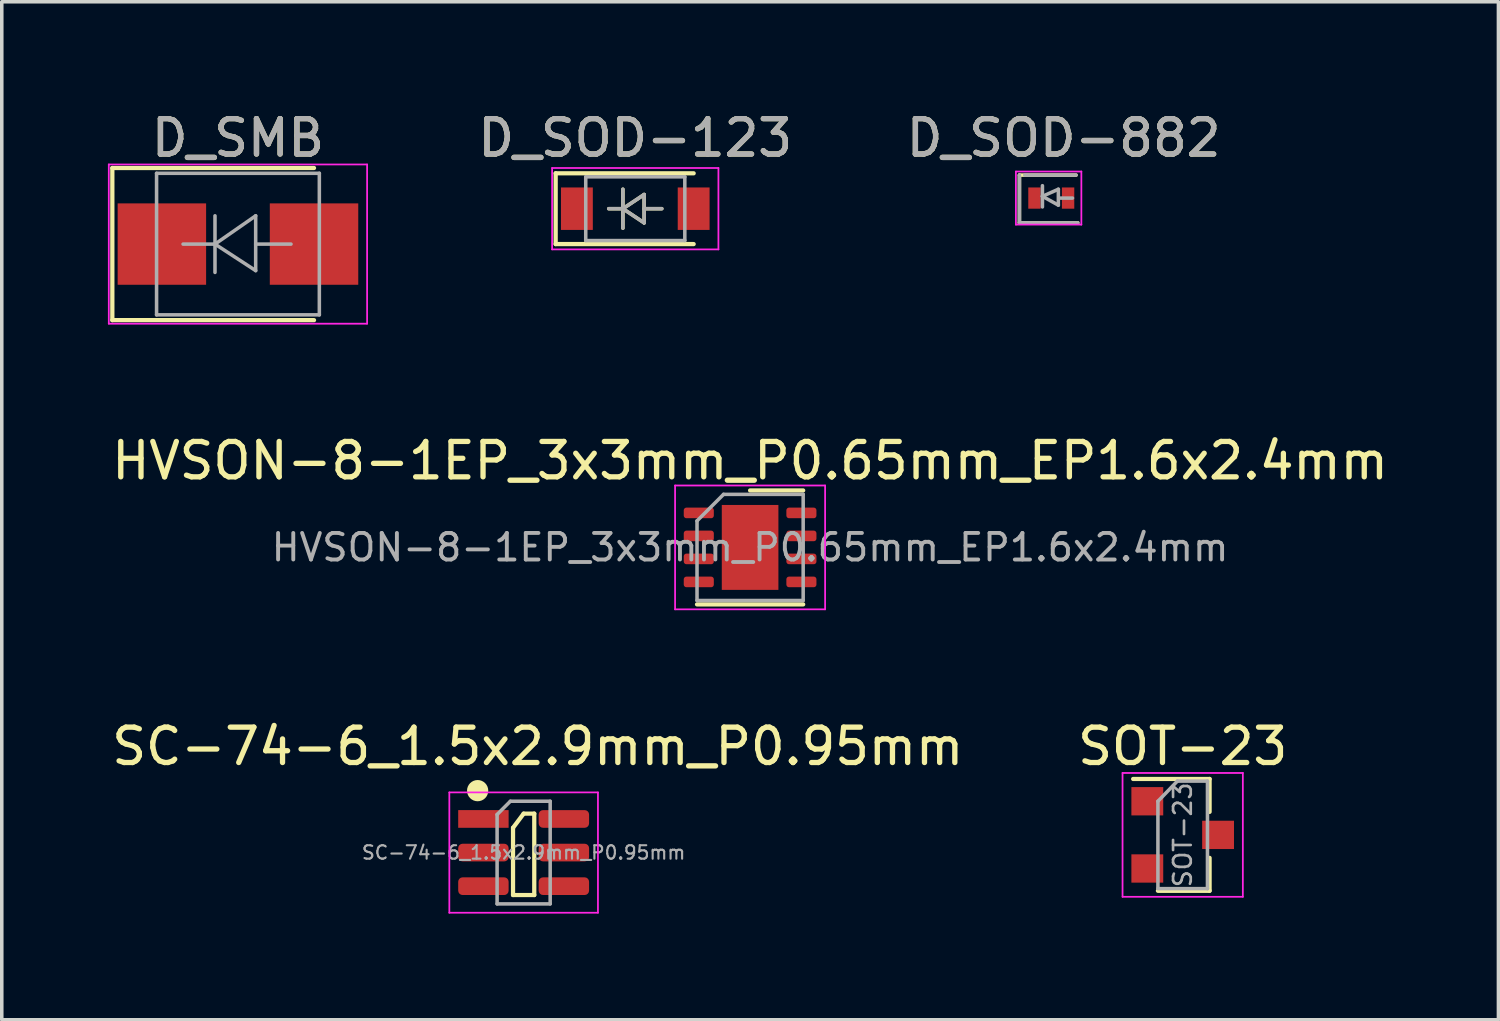
<source format=kicad_pcb>
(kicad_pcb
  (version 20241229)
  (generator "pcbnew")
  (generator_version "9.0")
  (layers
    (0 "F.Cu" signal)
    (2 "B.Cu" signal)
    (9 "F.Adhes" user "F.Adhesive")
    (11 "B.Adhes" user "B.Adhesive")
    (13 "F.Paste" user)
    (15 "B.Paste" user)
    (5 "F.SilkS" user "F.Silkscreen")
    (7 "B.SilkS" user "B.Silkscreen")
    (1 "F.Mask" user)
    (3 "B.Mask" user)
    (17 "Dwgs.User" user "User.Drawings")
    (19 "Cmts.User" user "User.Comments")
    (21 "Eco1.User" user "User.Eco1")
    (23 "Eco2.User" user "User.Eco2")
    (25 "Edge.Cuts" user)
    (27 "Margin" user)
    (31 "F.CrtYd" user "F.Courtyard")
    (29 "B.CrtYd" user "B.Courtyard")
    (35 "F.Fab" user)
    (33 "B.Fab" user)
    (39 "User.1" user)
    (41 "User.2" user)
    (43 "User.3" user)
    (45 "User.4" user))
  (footprint "D_SOD-123"
    (layer "F.Cu")
    (at 14.904 2.848)
    (property "Reference" "D_SOD-123" (at 0 -2 0) (layer "F.SilkS") (effects (font (size 1 1) (thickness 0.15))))
    (attr smd)
    (fp_line (start -2.25 -1) (end -2.25 1) (stroke (width 0.12) (type solid)) (layer "F.SilkS"))
    (fp_line (start -2.25 -1) (end 1.65 -1) (stroke (width 0.12) (type solid)) (layer "F.SilkS"))
    (fp_line (start -2.25 1) (end 1.65 1) (stroke (width 0.12) (type solid)) (layer "F.SilkS"))
    (fp_line (start -0.75 0) (end -0.35 0) (stroke (width 0.1) (type solid)) (layer "F.SilkS"))
    (fp_line (start -0.35 0) (end -0.35 -0.55) (stroke (width 0.1) (type solid)) (layer "F.SilkS"))
    (fp_line (start -0.35 0) (end -0.35 0.55) (stroke (width 0.1) (type solid)) (layer "F.SilkS"))
    (fp_line (start -0.35 0) (end 0.25 -0.4) (stroke (width 0.1) (type solid)) (layer "F.SilkS"))
    (fp_line (start 0.25 -0.4) (end 0.25 0.4) (stroke (width 0.1) (type solid)) (layer "F.SilkS"))
    (fp_line (start 0.25 0) (end 0.75 0) (stroke (width 0.1) (type solid)) (layer "F.SilkS"))
    (fp_line (start 0.25 0.4) (end -0.35 0) (stroke (width 0.1) (type solid)) (layer "F.SilkS"))
    (fp_line (start -2.35 -1.15) (end -2.35 1.15) (stroke (width 0.05) (type solid)) (layer "F.CrtYd"))
    (fp_line (start -2.35 -1.15) (end 2.35 -1.15) (stroke (width 0.05) (type solid)) (layer "F.CrtYd"))
    (fp_line (start 2.35 -1.15) (end 2.35 1.15) (stroke (width 0.05) (type solid)) (layer "F.CrtYd"))
    (fp_line (start 2.35 1.15) (end -2.35 1.15) (stroke (width 0.05) (type solid)) (layer "F.CrtYd"))
    (fp_line (start -1.4 -0.9) (end 1.4 -0.9) (stroke (width 0.1) (type solid)) (layer "F.Fab"))
    (fp_line (start -1.4 0.9) (end -1.4 -0.9) (stroke (width 0.1) (type solid)) (layer "F.Fab"))
    (fp_line (start -0.75 0) (end -0.35 0) (stroke (width 0.1) (type solid)) (layer "F.Fab"))
    (fp_line (start -0.35 0) (end -0.35 -0.55) (stroke (width 0.1) (type solid)) (layer "F.Fab"))
    (fp_line (start -0.35 0) (end -0.35 0.55) (stroke (width 0.1) (type solid)) (layer "F.Fab"))
    (fp_line (start -0.35 0) (end 0.25 -0.4) (stroke (width 0.1) (type solid)) (layer "F.Fab"))
    (fp_line (start 0.25 -0.4) (end 0.25 0.4) (stroke (width 0.1) (type solid)) (layer "F.Fab"))
    (fp_line (start 0.25 0) (end 0.75 0) (stroke (width 0.1) (type solid)) (layer "F.Fab"))
    (fp_line (start 0.25 0.4) (end -0.35 0) (stroke (width 0.1) (type solid)) (layer "F.Fab"))
    (fp_line (start 1.4 -0.9) (end 1.4 0.9) (stroke (width 0.1) (type solid)) (layer "F.Fab"))
    (fp_line (start 1.4 0.9) (end -1.4 0.9) (stroke (width 0.1) (type solid)) (layer "F.Fab"))
    (fp_text user "${REFERENCE}" (at 0 -2 0) (layer "F.Fab") (effects (font (size 1 1) (thickness 0.15))))
    (pad "1" smd rect (at -1.65 0) (size 0.9 1.2) (layers "F.Cu" "F.Mask" "F.Paste"))
    (pad "2" smd rect (at 1.65 0) (size 0.9 1.2) (layers "F.Cu" "F.Mask" "F.Paste")))
  (footprint "D_SOD-882"
    (layer "F.Cu")
    (at 26.661 2.548)
    (property "Reference" "D_SOD-882" (at 0.35 -1.7 0) (layer "F.SilkS") (effects (font (size 1 1) (thickness 0.15))))
    (attr smd)
    (fp_line (start -0.9 -0.65) (end 0.7 -0.65) (stroke (width 0.1) (type solid)) (layer "F.SilkS"))
    (fp_line (start -0.9 0.7) (end -0.9 -0.65) (stroke (width 0.1) (type solid)) (layer "F.SilkS"))
    (fp_line (start 0.75 0.7) (end -0.9 0.7) (stroke (width 0.1) (type solid)) (layer "F.SilkS"))
    (fp_line (start -1 0.75) (end -1 -0.75) (stroke (width 0.05) (type solid)) (layer "F.CrtYd"))
    (fp_line (start -1 0.75) (end 0.85 0.75) (stroke (width 0.05) (type solid)) (layer "F.CrtYd"))
    (fp_line (start 0.85 -0.75) (end -1 -0.75) (stroke (width 0.05) (type solid)) (layer "F.CrtYd"))
    (fp_line (start 0.85 0.75) (end 0.85 -0.75) (stroke (width 0.05) (type solid)) (layer "F.CrtYd"))
    (fp_line (start -0.9 0.7) (end -0.9 -0.65) (stroke (width 0.1) (type solid)) (layer "F.Fab"))
    (fp_line (start -0.75 -0.65) (end 0.7 -0.65) (stroke (width 0.1) (type solid)) (layer "F.Fab"))
    (fp_line (start -0.25 -0.05) (end -0.25 -0.35) (stroke (width 0.1) (type solid)) (layer "F.Fab"))
    (fp_line (start -0.25 -0.05) (end -0.25 0.25) (stroke (width 0.1) (type solid)) (layer "F.Fab"))
    (fp_line (start -0.25 -0.05) (end 0.2 -0.25) (stroke (width 0.1) (type solid)) (layer "F.Fab"))
    (fp_line (start 0.2 -0.25) (end 0.2 0.2) (stroke (width 0.1) (type solid)) (layer "F.Fab"))
    (fp_line (start 0.2 0.2) (end -0.25 -0.05) (stroke (width 0.1) (type solid)) (layer "F.Fab"))
    (fp_line (start 0.25 0) (end 0.6 0) (stroke (width 0.1) (type solid)) (layer "F.Fab"))
    (fp_line (start 0.75 0.7) (end -0.9 0.7) (stroke (width 0.1) (type solid)) (layer "F.Fab"))
    (fp_text user "${REFERENCE}" (at 0.35 -1.7 0) (layer "F.Fab") (effects (font (size 1 1) (thickness 0.15))))
    (pad "1" smd rect (at -0.475 0) (size 0.35 0.6) (layers "F.Cu" "F.Mask" "F.Paste"))
    (pad "2" smd rect (at 0.475 0) (size 0.35 0.6) (layers "F.Cu" "F.Mask" "F.Paste")))
  (footprint "HVSON-8-1EP_3x3mm_P0.65mm_EP1.6x2.4mm"
    (layer "F.Cu")
    (at 18.149 12.421)
    (property "Reference" "HVSON-8-1EP_3x3mm_P0.65mm_EP1.6x2.4mm" (at 0 -2.45 0) (layer "F.SilkS") (effects (font (size 1 1) (thickness 0.15))))
    (attr smd)
    (fp_line (start -1.5 1.61) (end 1.5 1.61) (stroke (width 0.12) (type solid)) (layer "F.SilkS"))
    (fp_line (start 0 -1.61) (end 1.5 -1.61) (stroke (width 0.12) (type solid)) (layer "F.SilkS"))
    (fp_line (start -2.12 -1.75) (end -2.12 1.75) (stroke (width 0.05) (type solid)) (layer "F.CrtYd"))
    (fp_line (start -2.12 1.75) (end 2.12 1.75) (stroke (width 0.05) (type solid)) (layer "F.CrtYd"))
    (fp_line (start 2.12 -1.75) (end -2.12 -1.75) (stroke (width 0.05) (type solid)) (layer "F.CrtYd"))
    (fp_line (start 2.12 1.75) (end 2.12 -1.75) (stroke (width 0.05) (type solid)) (layer "F.CrtYd"))
    (fp_line (start -1.5 -0.75) (end -0.75 -1.5) (stroke (width 0.1) (type solid)) (layer "F.Fab"))
    (fp_line (start -1.5 1.5) (end -1.5 -0.75) (stroke (width 0.1) (type solid)) (layer "F.Fab"))
    (fp_line (start -0.75 -1.5) (end 1.5 -1.5) (stroke (width 0.1) (type solid)) (layer "F.Fab"))
    (fp_line (start 1.5 -1.5) (end 1.5 1.5) (stroke (width 0.1) (type solid)) (layer "F.Fab"))
    (fp_line (start 1.5 1.5) (end -1.5 1.5) (stroke (width 0.1) (type solid)) (layer "F.Fab"))
    (fp_text user "${REFERENCE}" (at 0 0 0) (layer "F.Fab") (effects (font (size 0.75 0.75) (thickness 0.11))))
    (pad "" smd roundrect (at -0.4 -0.6) (size 0.64 0.97) (layers "F.Paste") (roundrect_rratio 0.25))
    (pad "" smd roundrect (at -0.4 0.6) (size 0.64 0.97) (layers "F.Paste") (roundrect_rratio 0.25))
    (pad "" smd roundrect (at 0.4 -0.6) (size 0.64 0.97) (layers "F.Paste") (roundrect_rratio 0.25))
    (pad "" smd roundrect (at 0.4 0.6) (size 0.64 0.97) (layers "F.Paste") (roundrect_rratio 0.25))
    (pad "1" smd roundrect (at -1.45 -0.975) (size 0.85 0.3) (layers "F.Cu" "F.Mask" "F.Paste") (roundrect_rratio 0.25))
    (pad "2" smd roundrect (at -1.45 -0.325) (size 0.85 0.3) (layers "F.Cu" "F.Mask" "F.Paste") (roundrect_rratio 0.25))
    (pad "3" smd roundrect (at -1.45 0.325) (size 0.85 0.3) (layers "F.Cu" "F.Mask" "F.Paste") (roundrect_rratio 0.25))
    (pad "4" smd roundrect (at -1.45 0.975) (size 0.85 0.3) (layers "F.Cu" "F.Mask" "F.Paste") (roundrect_rratio 0.25))
    (pad "5" smd roundrect (at 1.45 0.975) (size 0.85 0.3) (layers "F.Cu" "F.Mask" "F.Paste") (roundrect_rratio 0.25))
    (pad "6" smd roundrect (at 1.45 0.325) (size 0.85 0.3) (layers "F.Cu" "F.Mask" "F.Paste") (roundrect_rratio 0.25))
    (pad "7" smd roundrect (at 1.45 -0.325) (size 0.85 0.3) (layers "F.Cu" "F.Mask" "F.Paste") (roundrect_rratio 0.25))
    (pad "8" smd roundrect (at 1.45 -0.975) (size 0.85 0.3) (layers "F.Cu" "F.Mask" "F.Paste") (roundrect_rratio 0.25))
    (pad "9" smd rect (at 0 0) (size 1.6 2.4) (layers "F.Cu" "F.Mask")))
  (footprint "D_SMB"
    (layer "F.Cu")
    (at 3.675 3.848)
    (property "Reference" "D_SMB" (at 0 -3 0) (layer "F.SilkS") (effects (font (size 1 1) (thickness 0.15))))
    (attr smd)
    (fp_line (start -3.55 -2.15) (end -3.55 2.15) (stroke (width 0.12) (type solid)) (layer "F.SilkS"))
    (fp_line (start -3.55 -2.15) (end 2.15 -2.15) (stroke (width 0.12) (type solid)) (layer "F.SilkS"))
    (fp_line (start -3.55 2.15) (end 2.15 2.15) (stroke (width 0.12) (type solid)) (layer "F.SilkS"))
    (fp_line (start -3.65 -2.25) (end 3.65 -2.25) (stroke (width 0.05) (type solid)) (layer "F.CrtYd"))
    (fp_line (start -3.65 2.25) (end -3.65 -2.25) (stroke (width 0.05) (type solid)) (layer "F.CrtYd"))
    (fp_line (start 3.65 -2.25) (end 3.65 2.25) (stroke (width 0.05) (type solid)) (layer "F.CrtYd"))
    (fp_line (start 3.65 2.25) (end -3.65 2.25) (stroke (width 0.05) (type solid)) (layer "F.CrtYd"))
    (fp_line (start -2.3 2) (end -2.3 -2) (stroke (width 0.1) (type solid)) (layer "F.Fab"))
    (fp_line (start -0.649 -0.799) (end -0.649 0.801) (stroke (width 0.1) (type solid)) (layer "F.Fab"))
    (fp_line (start -0.649 0.001) (end -1.551 0.001) (stroke (width 0.1) (type solid)) (layer "F.Fab"))
    (fp_line (start -0.649 0.001) (end 0.501 -0.799) (stroke (width 0.1) (type solid)) (layer "F.Fab"))
    (fp_line (start -0.649 0.001) (end 0.501 0.75) (stroke (width 0.1) (type solid)) (layer "F.Fab"))
    (fp_line (start 0.501 0.001) (end 1.499 0.001) (stroke (width 0.1) (type solid)) (layer "F.Fab"))
    (fp_line (start 0.501 0.75) (end 0.501 -0.799) (stroke (width 0.1) (type solid)) (layer "F.Fab"))
    (fp_line (start 2.3 -2) (end -2.3 -2) (stroke (width 0.1) (type solid)) (layer "F.Fab"))
    (fp_line (start 2.3 -2) (end 2.3 2) (stroke (width 0.1) (type solid)) (layer "F.Fab"))
    (fp_line (start 2.3 2) (end -2.3 2) (stroke (width 0.1) (type solid)) (layer "F.Fab"))
    (fp_text user "${REFERENCE}" (at 0 -3 0) (layer "F.Fab") (effects (font (size 1 1) (thickness 0.15))))
    (pad "1" smd rect (at -2.15 0) (size 2.5 2.3) (layers "F.Cu" "F.Mask" "F.Paste"))
    (pad "2" smd rect (at 2.15 0) (size 2.5 2.3) (layers "F.Cu" "F.Mask" "F.Paste")))
  (footprint "SC-74-6_1.5x2.9mm_P0.95mm"
    (layer "F.Cu")
    (at 11.749 21.045)
    (property "Reference" "SC-74-6_1.5x2.9mm_P0.95mm" (at 0.4 -3 0) (layer "F.SilkS") (effects (font (size 1 1) (thickness 0.15))))
    (attr smd)
    (fp_line (start -0.3 1.2) (end -0.3 -0.7) (stroke (width 0.12) (type solid)) (layer "F.SilkS"))
    (fp_line (start 0 -1.1) (end -0.3 -0.7) (stroke (width 0.12) (type solid)) (layer "F.SilkS"))
    (fp_line (start 0.3 -1.1) (end 0 -1.1) (stroke (width 0.12) (type solid)) (layer "F.SilkS"))
    (fp_line (start 0.3 -1.1) (end 0.3 1.2) (stroke (width 0.12) (type solid)) (layer "F.SilkS"))
    (fp_line (start 0.3 1.2) (end -0.3 1.2) (stroke (width 0.12) (type solid)) (layer "F.SilkS"))
    (fp_circle (center -1.3 -1.75) (end -1.15 -1.75) (stroke (width 0.3) (type solid)) (fill no) (layer "F.SilkS"))
    (fp_line (start -2.1 -1.7) (end -2.1 1.7) (stroke (width 0.05) (type solid)) (layer "F.CrtYd"))
    (fp_line (start -2.1 1.7) (end 2.1 1.7) (stroke (width 0.05) (type solid)) (layer "F.CrtYd"))
    (fp_line (start 2.1 -1.7) (end -2.1 -1.7) (stroke (width 0.05) (type solid)) (layer "F.CrtYd"))
    (fp_line (start 2.1 1.7) (end 2.1 -1.7) (stroke (width 0.05) (type solid)) (layer "F.CrtYd"))
    (fp_line (start -0.75 -1.075) (end -0.375 -1.45) (stroke (width 0.1) (type solid)) (layer "F.Fab"))
    (fp_line (start -0.75 1.45) (end -0.75 -1.075) (stroke (width 0.1) (type solid)) (layer "F.Fab"))
    (fp_line (start -0.375 -1.45) (end 0.75 -1.45) (stroke (width 0.1) (type solid)) (layer "F.Fab"))
    (fp_line (start 0.75 -1.45) (end 0.75 1.45) (stroke (width 0.1) (type solid)) (layer "F.Fab"))
    (fp_line (start 0.75 1.45) (end -0.75 1.45) (stroke (width 0.1) (type solid)) (layer "F.Fab"))
    (fp_text user "${REFERENCE}" (at 0 0 0) (layer "F.Fab") (effects (font (size 0.38 0.38) (thickness 0.06))))
    (pad "1" smd rect (at -1.137 -0.95) (size 1.425 0.5) (layers "F.Cu" "F.Mask" "F.Paste"))
    (pad "2" smd roundrect (at -1.137 0) (size 1.425 0.5) (layers "F.Cu" "F.Mask" "F.Paste") (roundrect_rratio 0.25))
    (pad "3" smd roundrect (at -1.137 0.95) (size 1.425 0.5) (layers "F.Cu" "F.Mask" "F.Paste") (roundrect_rratio 0.25))
    (pad "4" smd roundrect (at 1.137 0.95) (size 1.425 0.5) (layers "F.Cu" "F.Mask" "F.Paste") (roundrect_rratio 0.25))
    (pad "5" smd roundrect (at 1.137 0) (size 1.425 0.5) (layers "F.Cu" "F.Mask" "F.Paste") (roundrect_rratio 0.25))
    (pad "6" smd roundrect (at 1.137 -0.95) (size 1.425 0.5) (layers "F.Cu" "F.Mask" "F.Paste") (roundrect_rratio 0.25)))
  (footprint "SOT-23"
    (layer "F.Cu")
    (at 30.375 20.545)
    (property "Reference" "SOT-23" (at 0 -2.5 0) (layer "F.SilkS") (effects (font (size 1 1) (thickness 0.15))))
    (attr smd)
    (fp_line (start 0.76 -1.58) (end -1.4 -1.58) (stroke (width 0.12) (type solid)) (layer "F.SilkS"))
    (fp_line (start 0.76 -1.58) (end 0.76 -0.65) (stroke (width 0.12) (type solid)) (layer "F.SilkS"))
    (fp_line (start 0.76 1.58) (end -0.7 1.58) (stroke (width 0.12) (type solid)) (layer "F.SilkS"))
    (fp_line (start 0.76 1.58) (end 0.76 0.65) (stroke (width 0.12) (type solid)) (layer "F.SilkS"))
    (fp_line (start -1.7 -1.75) (end 1.7 -1.75) (stroke (width 0.05) (type solid)) (layer "F.CrtYd"))
    (fp_line (start -1.7 1.75) (end -1.7 -1.75) (stroke (width 0.05) (type solid)) (layer "F.CrtYd"))
    (fp_line (start 1.7 -1.75) (end 1.7 1.75) (stroke (width 0.05) (type solid)) (layer "F.CrtYd"))
    (fp_line (start 1.7 1.75) (end -1.7 1.75) (stroke (width 0.05) (type solid)) (layer "F.CrtYd"))
    (fp_line (start -0.7 -0.95) (end -0.7 1.5) (stroke (width 0.1) (type solid)) (layer "F.Fab"))
    (fp_line (start -0.7 -0.95) (end -0.15 -1.52) (stroke (width 0.1) (type solid)) (layer "F.Fab"))
    (fp_line (start -0.7 1.52) (end 0.7 1.52) (stroke (width 0.1) (type solid)) (layer "F.Fab"))
    (fp_line (start -0.15 -1.52) (end 0.7 -1.52) (stroke (width 0.1) (type solid)) (layer "F.Fab"))
    (fp_line (start 0.7 -1.52) (end 0.7 1.52) (stroke (width 0.1) (type solid)) (layer "F.Fab"))
    (fp_text user "${REFERENCE}" (at 0 0 90) (layer "F.Fab") (effects (font (size 0.5 0.5) (thickness 0.075))))
    (pad "1" smd rect (at -1 -0.95) (size 0.9 0.8) (layers "F.Cu" "F.Mask" "F.Paste"))
    (pad "2" smd rect (at -1 0.95) (size 0.9 0.8) (layers "F.Cu" "F.Mask" "F.Paste"))
    (pad "3" smd rect (at 1 0) (size 0.9 0.8) (layers "F.Cu" "F.Mask" "F.Paste")))
  (gr_rect
    (start -3 -3)
    (end 39.298 25.77)
    (stroke (width 0.1) (type default))
    (fill no)
    (layer "Edge.Cuts")))
</source>
